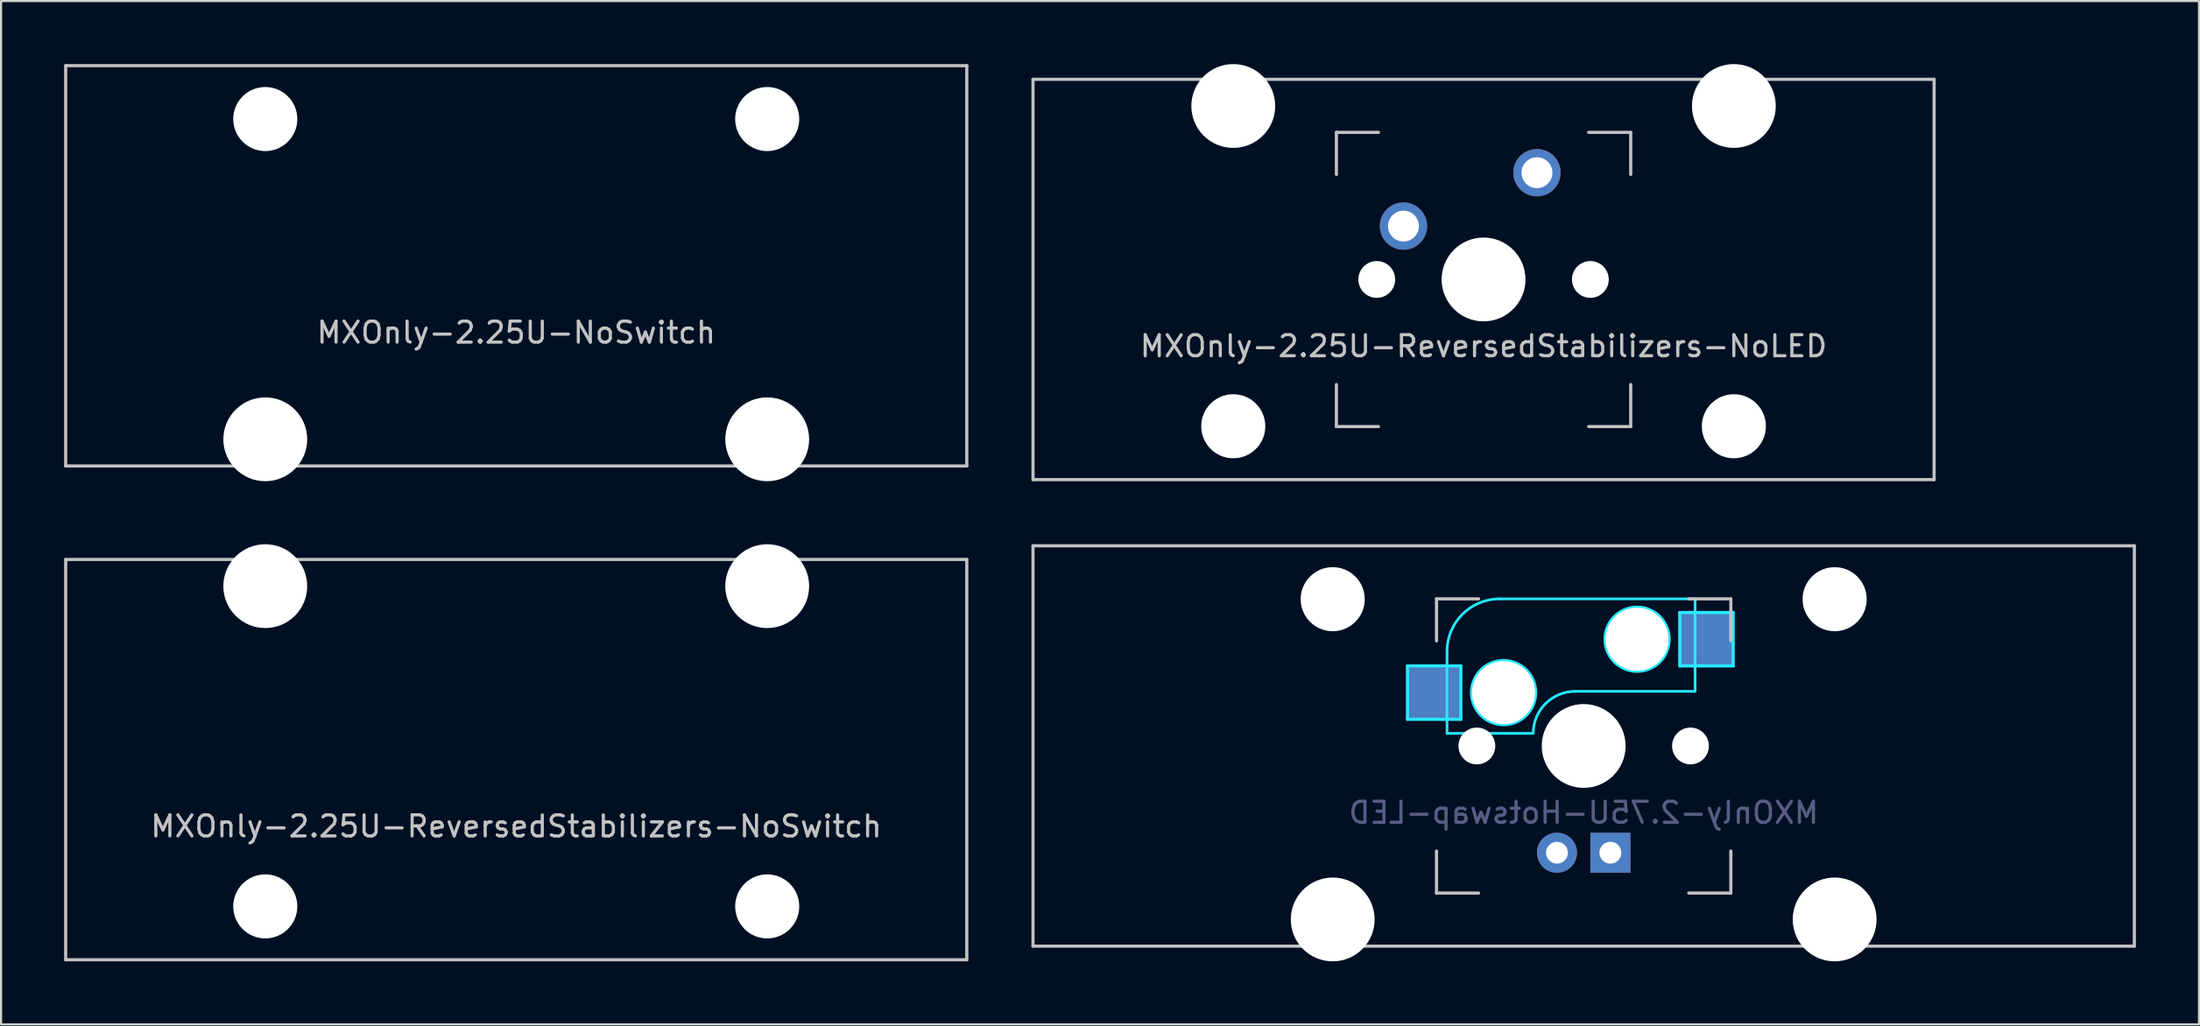
<source format=kicad_pcb>
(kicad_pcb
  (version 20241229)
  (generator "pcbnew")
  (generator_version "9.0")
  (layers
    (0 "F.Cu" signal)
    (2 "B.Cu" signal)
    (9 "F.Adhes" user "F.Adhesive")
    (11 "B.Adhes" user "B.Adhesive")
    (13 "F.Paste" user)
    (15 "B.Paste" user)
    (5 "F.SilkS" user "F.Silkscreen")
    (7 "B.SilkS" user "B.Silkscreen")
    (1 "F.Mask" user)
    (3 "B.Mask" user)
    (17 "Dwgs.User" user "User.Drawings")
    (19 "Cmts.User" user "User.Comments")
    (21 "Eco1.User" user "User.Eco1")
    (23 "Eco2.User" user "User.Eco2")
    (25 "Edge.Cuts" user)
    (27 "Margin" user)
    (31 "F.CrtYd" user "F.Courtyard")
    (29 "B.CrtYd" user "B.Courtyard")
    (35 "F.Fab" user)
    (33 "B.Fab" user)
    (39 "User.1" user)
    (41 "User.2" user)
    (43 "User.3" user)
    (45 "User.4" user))
  (footprint "MXOnly-2.25U-ReversedStabilizers-NoSwitch"
    (layer "F.Cu")
    (at 21.506 33.098)
    (property "Reference" "MXOnly-2.25U-ReversedStabilizers-NoSwitch" (at 0 3.175 0) (layer "Dwgs.User") (effects (font (size 1 1) (thickness 0.15))))
    (attr through_hole)
    (fp_line (start -21.431 -9.525) (end 21.431 -9.525) (stroke (width 0.15) (type solid)) (layer "Dwgs.User"))
    (fp_line (start -21.431 9.525) (end -21.431 -9.525) (stroke (width 0.15) (type solid)) (layer "Dwgs.User"))
    (fp_line (start -21.431 9.525) (end 21.431 9.525) (stroke (width 0.15) (type solid)) (layer "Dwgs.User"))
    (fp_line (start 21.431 -9.525) (end 21.431 9.525) (stroke (width 0.15) (type solid)) (layer "Dwgs.User"))
    (pad "" np_thru_hole circle (at -11.938 -8.255) (size 3.988 3.988) (drill 3.988) (layers "*.Cu" "*.Mask"))
    (pad "" np_thru_hole circle (at -11.938 6.985) (size 3.048 3.048) (drill 3.048) (layers "*.Cu" "*.Mask"))
    (pad "" np_thru_hole circle (at 11.938 -8.255) (size 3.988 3.988) (drill 3.988) (layers "*.Cu" "*.Mask"))
    (pad "" np_thru_hole circle (at 11.938 6.985) (size 3.048 3.048) (drill 3.048) (layers "*.Cu" "*.Mask")))
  (footprint "MXOnly-2.75U-Hotswap-LED"
    (layer "F.Cu")
    (at 72.281 32.449)
    (property "Reference" "MXOnly-2.75U-Hotswap-LED" (at 0 3.175 0) (layer "B.Fab") (effects (font (size 1 1) (thickness 0.15)) (justify mirror)))
    (attr smd)
    (fp_line (start -26.194 -9.525) (end 26.194 -9.525) (stroke (width 0.15) (type solid)) (layer "Dwgs.User"))
    (fp_line (start -26.194 9.525) (end -26.194 -9.525) (stroke (width 0.15) (type solid)) (layer "Dwgs.User"))
    (fp_line (start -7 -7) (end -7 -5) (stroke (width 0.15) (type solid)) (layer "Dwgs.User"))
    (fp_line (start -7 5) (end -7 7) (stroke (width 0.15) (type solid)) (layer "Dwgs.User"))
    (fp_line (start -7 7) (end -5 7) (stroke (width 0.15) (type solid)) (layer "Dwgs.User"))
    (fp_line (start -5 -7) (end -7 -7) (stroke (width 0.15) (type solid)) (layer "Dwgs.User"))
    (fp_line (start 5 -7) (end 7 -7) (stroke (width 0.15) (type solid)) (layer "Dwgs.User"))
    (fp_line (start 5 7) (end 7 7) (stroke (width 0.15) (type solid)) (layer "Dwgs.User"))
    (fp_line (start 7 -7) (end 7 -5) (stroke (width 0.15) (type solid)) (layer "Dwgs.User"))
    (fp_line (start 7 7) (end 7 5) (stroke (width 0.15) (type solid)) (layer "Dwgs.User"))
    (fp_line (start 26.194 -9.525) (end 26.194 9.525) (stroke (width 0.15) (type solid)) (layer "Dwgs.User"))
    (fp_line (start 26.194 9.525) (end -26.194 9.525) (stroke (width 0.15) (type solid)) (layer "Dwgs.User"))
    (fp_line (start -8.382 -3.81) (end -5.842 -3.81) (stroke (width 0.15) (type solid)) (layer "B.CrtYd"))
    (fp_line (start -8.382 -1.27) (end -8.382 -3.81) (stroke (width 0.15) (type solid)) (layer "B.CrtYd"))
    (fp_line (start -6.5 -4.5) (end -6.5 -0.6) (stroke (width 0.127) (type solid)) (layer "B.CrtYd"))
    (fp_line (start -6.5 -0.6) (end -2.4 -0.6) (stroke (width 0.127) (type solid)) (layer "B.CrtYd"))
    (fp_line (start -5.842 -3.81) (end -5.842 -1.27) (stroke (width 0.15) (type solid)) (layer "B.CrtYd"))
    (fp_line (start -5.842 -1.27) (end -8.382 -1.27) (stroke (width 0.15) (type solid)) (layer "B.CrtYd"))
    (fp_line (start -0.4 -2.6) (end 5.3 -2.6) (stroke (width 0.127) (type solid)) (layer "B.CrtYd"))
    (fp_line (start 4.572 -6.35) (end 7.112 -6.35) (stroke (width 0.15) (type solid)) (layer "B.CrtYd"))
    (fp_line (start 4.572 -3.81) (end 4.572 -6.35) (stroke (width 0.15) (type solid)) (layer "B.CrtYd"))
    (fp_line (start 5.3 -7) (end -4 -7) (stroke (width 0.127) (type solid)) (layer "B.CrtYd"))
    (fp_line (start 5.3 -7) (end 5.3 -2.6) (stroke (width 0.127) (type solid)) (layer "B.CrtYd"))
    (fp_line (start 7.112 -6.35) (end 7.112 -3.81) (stroke (width 0.15) (type solid)) (layer "B.CrtYd"))
    (fp_line (start 7.112 -3.81) (end 4.572 -3.81) (stroke (width 0.15) (type solid)) (layer "B.CrtYd"))
    (fp_arc (start -6.5 -4.5) (mid -5.767767 -6.267767) (end -4 -7) (stroke (width 0.127) (type solid)) (layer "B.CrtYd"))
    (fp_arc (start -2.4 -0.6) (mid -1.814214 -2.014214) (end -0.4 -2.6) (stroke (width 0.127) (type solid)) (layer "B.CrtYd"))
    (fp_circle (center -3.81 -2.54) (end -3.81 -4.064) (stroke (width 0.15) (type solid)) (fill no) (layer "B.CrtYd"))
    (fp_circle (center 2.54 -5.08) (end 2.54 -6.604) (stroke (width 0.15) (type solid)) (fill no) (layer "B.CrtYd"))
    (pad "" np_thru_hole circle (at -11.938 -6.985) (size 3.048 3.048) (drill 3.048) (layers "*.Cu" "*.Mask"))
    (pad "" np_thru_hole circle (at -11.938 8.255) (size 3.988 3.988) (drill 3.988) (layers "*.Cu" "*.Mask"))
    (pad "" np_thru_hole circle (at -5.08 0 48.1) (size 1.75 1.75) (drill 1.75) (layers "*.Cu" "*.Mask"))
    (pad "" np_thru_hole circle (at -3.81 -2.54) (size 3 3) (drill 3) (layers "*.Cu" "*.Mask"))
    (pad "" np_thru_hole circle (at 0 0) (size 3.988 3.988) (drill 3.988) (layers "*.Cu" "*.Mask"))
    (pad "" np_thru_hole circle (at 2.54 -5.08) (size 3 3) (drill 3) (layers "*.Cu" "*.Mask"))
    (pad "" np_thru_hole circle (at 5.08 0 48.1) (size 1.75 1.75) (drill 1.75) (layers "*.Cu" "*.Mask"))
    (pad "" np_thru_hole circle (at 11.938 -6.985) (size 3.048 3.048) (drill 3.048) (layers "*.Cu" "*.Mask"))
    (pad "" np_thru_hole circle (at 11.938 8.255) (size 3.988 3.988) (drill 3.988) (layers "*.Cu" "*.Mask"))
    (pad "1" smd rect (at -7.085 -2.54) (size 2.55 2.5) (layers "B.Cu" "B.Mask" "B.Paste"))
    (pad "2" smd rect (at 5.842 -5.08) (size 2.55 2.5) (layers "B.Cu" "B.Mask" "B.Paste"))
    (pad "3" thru_hole circle (at -1.27 5.08) (size 1.905 1.905) (drill 1.04) (layers "*.Cu" "B.Mask"))
    (pad "4" thru_hole rect (at 1.27 5.08) (size 1.905 1.905) (drill 1.04) (layers "*.Cu" "B.Mask")))
  (footprint "MXOnly-2.25U-NoSwitch"
    (layer "F.Cu")
    (at 21.506 9.6)
    (property "Reference" "MXOnly-2.25U-NoSwitch" (at 0 3.175 0) (layer "Dwgs.User") (effects (font (size 1 1) (thickness 0.15))))
    (attr through_hole)
    (fp_line (start -21.431 -9.525) (end 21.431 -9.525) (stroke (width 0.15) (type solid)) (layer "Dwgs.User"))
    (fp_line (start -21.431 9.525) (end -21.431 -9.525) (stroke (width 0.15) (type solid)) (layer "Dwgs.User"))
    (fp_line (start -21.431 9.525) (end 21.431 9.525) (stroke (width 0.15) (type solid)) (layer "Dwgs.User"))
    (fp_line (start 21.431 -9.525) (end 21.431 9.525) (stroke (width 0.15) (type solid)) (layer "Dwgs.User"))
    (pad "" np_thru_hole circle (at -11.938 -6.985) (size 3.048 3.048) (drill 3.048) (layers "*.Cu" "*.Mask"))
    (pad "" np_thru_hole circle (at -11.938 8.255) (size 3.988 3.988) (drill 3.988) (layers "*.Cu" "*.Mask"))
    (pad "" np_thru_hole circle (at 11.938 -6.985) (size 3.048 3.048) (drill 3.048) (layers "*.Cu" "*.Mask"))
    (pad "" np_thru_hole circle (at 11.938 8.255) (size 3.988 3.988) (drill 3.988) (layers "*.Cu" "*.Mask")))
  (footprint "MXOnly-2.25U-ReversedStabilizers-NoLED"
    (layer "F.Cu")
    (at 67.519 10.249)
    (property "Reference" "MXOnly-2.25U-ReversedStabilizers-NoLED" (at 0 3.175 0) (layer "Dwgs.User") (effects (font (size 1 1) (thickness 0.15))))
    (attr through_hole)
    (fp_line (start -21.431 -9.525) (end 21.431 -9.525) (stroke (width 0.15) (type solid)) (layer "Dwgs.User"))
    (fp_line (start -21.431 9.525) (end -21.431 -9.525) (stroke (width 0.15) (type solid)) (layer "Dwgs.User"))
    (fp_line (start -21.431 9.525) (end 21.431 9.525) (stroke (width 0.15) (type solid)) (layer "Dwgs.User"))
    (fp_line (start -7 -7) (end -7 -5) (stroke (width 0.15) (type solid)) (layer "Dwgs.User"))
    (fp_line (start -7 5) (end -7 7) (stroke (width 0.15) (type solid)) (layer "Dwgs.User"))
    (fp_line (start -7 7) (end -5 7) (stroke (width 0.15) (type solid)) (layer "Dwgs.User"))
    (fp_line (start -5 -7) (end -7 -7) (stroke (width 0.15) (type solid)) (layer "Dwgs.User"))
    (fp_line (start 5 -7) (end 7 -7) (stroke (width 0.15) (type solid)) (layer "Dwgs.User"))
    (fp_line (start 5 7) (end 7 7) (stroke (width 0.15) (type solid)) (layer "Dwgs.User"))
    (fp_line (start 7 -7) (end 7 -5) (stroke (width 0.15) (type solid)) (layer "Dwgs.User"))
    (fp_line (start 7 7) (end 7 5) (stroke (width 0.15) (type solid)) (layer "Dwgs.User"))
    (fp_line (start 21.431 -9.525) (end 21.431 9.525) (stroke (width 0.15) (type solid)) (layer "Dwgs.User"))
    (pad "" np_thru_hole circle (at -11.906 -8.255) (size 3.988 3.988) (drill 3.988) (layers "*.Cu" "*.Mask"))
    (pad "" np_thru_hole circle (at -11.906 6.985) (size 3.048 3.048) (drill 3.048) (layers "*.Cu" "*.Mask"))
    (pad "" np_thru_hole circle (at -5.08 0 48.1) (size 1.75 1.75) (drill 1.75) (layers "*.Cu" "*.Mask"))
    (pad "" np_thru_hole circle (at 0 0) (size 3.988 3.988) (drill 3.988) (layers "*.Cu" "*.Mask"))
    (pad "" np_thru_hole circle (at 5.08 0 48.1) (size 1.75 1.75) (drill 1.75) (layers "*.Cu" "*.Mask"))
    (pad "" np_thru_hole circle (at 11.906 -8.255) (size 3.988 3.988) (drill 3.988) (layers "*.Cu" "*.Mask"))
    (pad "" np_thru_hole circle (at 11.906 6.985) (size 3.048 3.048) (drill 3.048) (layers "*.Cu" "*.Mask"))
    (pad "1" thru_hole circle (at -3.81 -2.54) (size 2.25 2.25) (drill 1.47) (layers "*.Cu" "B.Mask"))
    (pad "2" thru_hole circle (at 2.54 -5.08) (size 2.25 2.25) (drill 1.47) (layers "*.Cu" "B.Mask")))
  (gr_rect
    (start -3 -3)
    (end 101.55 45.698)
    (stroke (width 0.1) (type default))
    (fill no)
    (layer "Edge.Cuts")))
</source>
